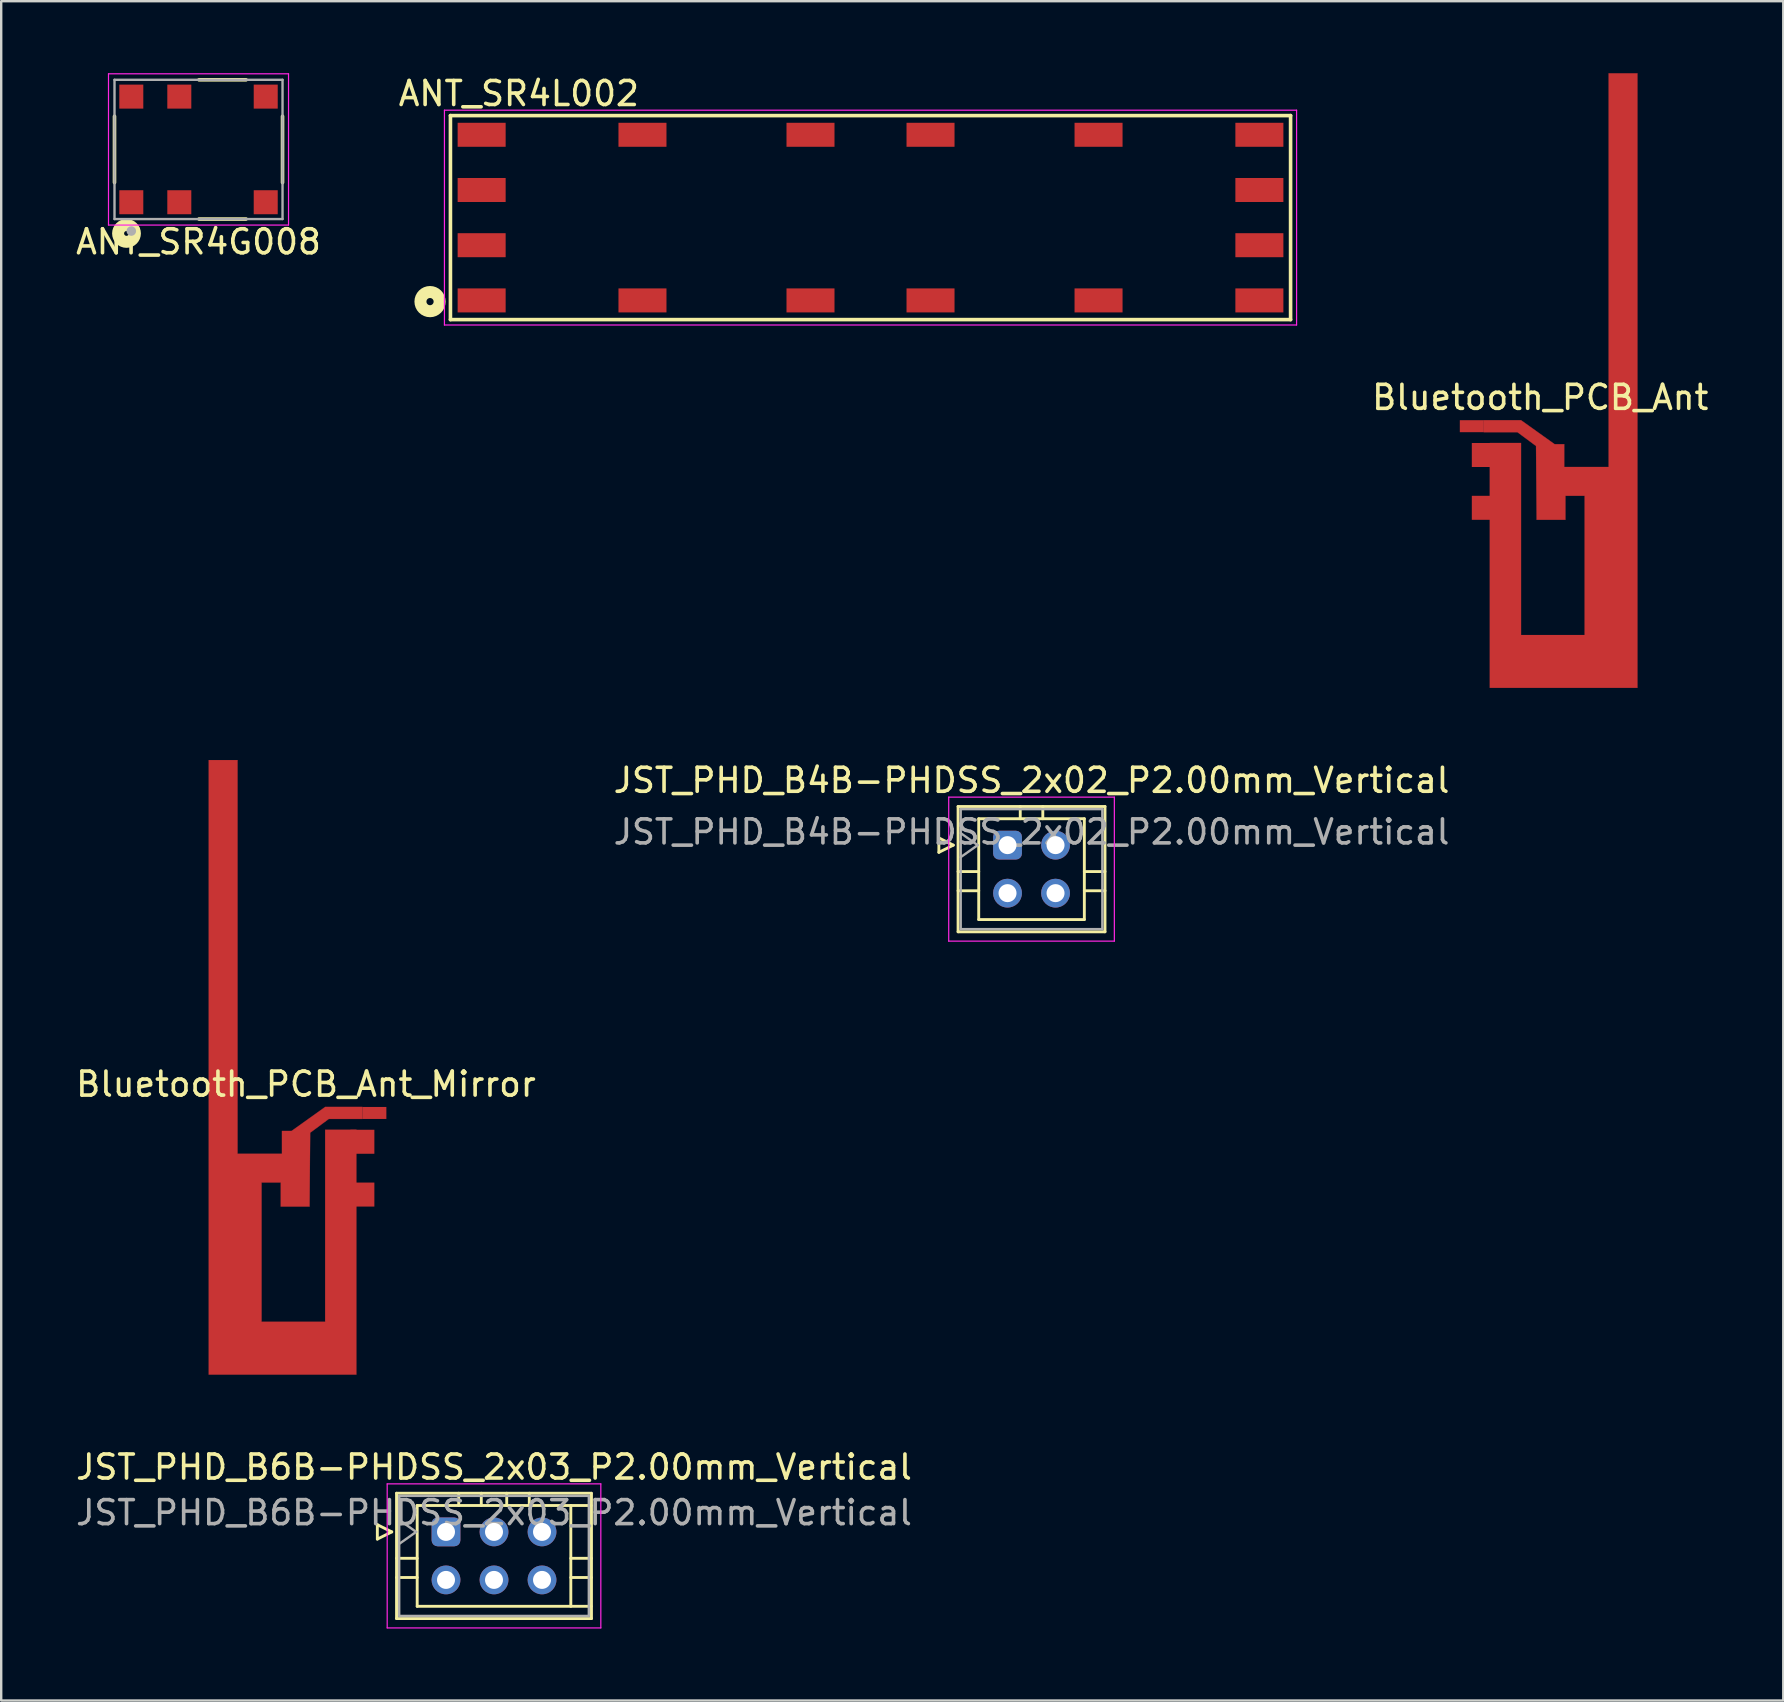
<source format=kicad_pcb>
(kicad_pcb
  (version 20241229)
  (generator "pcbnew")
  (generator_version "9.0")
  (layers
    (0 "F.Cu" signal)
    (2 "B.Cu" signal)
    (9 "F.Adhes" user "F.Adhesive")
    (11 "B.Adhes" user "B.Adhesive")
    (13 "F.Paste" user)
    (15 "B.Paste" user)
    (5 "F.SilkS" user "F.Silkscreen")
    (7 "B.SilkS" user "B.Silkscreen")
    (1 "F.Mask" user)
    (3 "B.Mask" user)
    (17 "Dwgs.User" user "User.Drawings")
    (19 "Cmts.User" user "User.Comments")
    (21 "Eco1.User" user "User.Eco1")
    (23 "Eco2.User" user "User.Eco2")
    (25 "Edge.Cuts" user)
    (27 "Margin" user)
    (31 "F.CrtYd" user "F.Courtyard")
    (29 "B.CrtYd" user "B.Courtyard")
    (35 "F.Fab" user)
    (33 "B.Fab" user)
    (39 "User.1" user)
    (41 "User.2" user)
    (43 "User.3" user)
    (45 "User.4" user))
  (footprint "Bluetooth_PCB_Ant"
    (layer "F.Cu")
    (at 58.265 17.005)
    (property "Reference" "Bluetooth_PCB_Ant" (at 2.85 -3.5 0) (layer "F.SilkS") (effects (font (size 1 1) (thickness 0.15))))
    (attr smd)
    (fp_poly (pts (xy 3.45 -1.55) (xy 3.85 -1.55) (xy 3.85 -0.6) (xy 5.7 -0.6) (xy 5.7 -17) (xy 6.9 -17) (xy 6.9 8.6) (xy 0.75 8.6) (xy 0.75 -1.6) (xy 2.05 -1.6) (xy 2.05 6.4) (xy 4.7 6.4) (xy 4.7 0.6) (xy 3.9 0.6) (xy 3.9 1.6) (xy 2.7 1.6) (xy 2.675 -1.475) (xy 1.9 -2.05) (xy 0.5 -2.05) (xy 0.5 -2.55) (xy 2.05 -2.55)) (stroke (width 0.01) (type solid)) (fill yes) (layer "F.Cu"))
    (pad "1" smd rect (at 0 -2.3 180) (size 1 0.5) (layers "F.Cu" "F.Mask" "F.Paste"))
    (pad "2" smd rect (at 0.5 -1.1 180) (size 1 1) (layers "F.Cu" "F.Mask" "F.Paste"))
    (pad "2" smd rect (at 0.5 1.1 270) (size 1 1) (layers "F.Cu" "F.Mask" "F.Paste")))
  (footprint "Bluetooth_PCB_Ant_Mirror"
    (layer "F.Cu")
    (at 12.546 45.615)
    (property "Reference" "Bluetooth_PCB_Ant_Mirror" (at -2.85 -3.5 0) (layer "F.SilkS") (effects (font (size 1 1) (thickness 0.15))))
    (attr smd)
    (fp_poly (pts (xy -3.45 -1.55) (xy -3.85 -1.55) (xy -3.85 -0.6) (xy -5.7 -0.6) (xy -5.7 -17) (xy -6.9 -17) (xy -6.9 8.6) (xy -0.75 8.6) (xy -0.75 -1.6) (xy -2.05 -1.6) (xy -2.05 6.4) (xy -4.7 6.4) (xy -4.7 0.6) (xy -3.9 0.6) (xy -3.9 1.6) (xy -2.7 1.6) (xy -2.675 -1.475) (xy -1.9 -2.05) (xy -0.5 -2.05) (xy -0.5 -2.55) (xy -2.05 -2.55)) (stroke (width 0.01) (type solid)) (fill yes) (layer "F.Cu"))
    (pad "1" smd rect (at 0 -2.3 180) (size 1 0.5) (layers "F.Cu" "F.Mask" "F.Paste"))
    (pad "2" smd rect (at -0.5 -1.1 180) (size 1 1) (layers "F.Cu" "F.Mask" "F.Paste"))
    (pad "2" smd rect (at -0.5 1.1 90) (size 1 1) (layers "F.Cu" "F.Mask" "F.Paste")))
  (footprint "JST_PHD_B6B-PHDSS_2x03_P2.00mm_Vertical"
    (layer "F.Cu")
    (at 15.53 60.768)
    (property "Reference" "JST_PHD_B6B-PHDSS_2x03_P2.00mm_Vertical" (at 2 -2.7 0) (layer "F.SilkS") (effects (font (size 1 1) (thickness 0.15))))
    (attr through_hole)
    (fp_line (start -2.86 -0.3) (end -2.26 0) (stroke (width 0.12) (type solid)) (layer "F.SilkS"))
    (fp_line (start -2.86 0.3) (end -2.86 -0.3) (stroke (width 0.12) (type solid)) (layer "F.SilkS"))
    (fp_line (start -2.26 0) (end -2.86 0.3) (stroke (width 0.12) (type solid)) (layer "F.SilkS"))
    (fp_line (start -2.06 -1.61) (end -2.06 3.61) (stroke (width 0.12) (type solid)) (layer "F.SilkS"))
    (fp_line (start -2.06 1.1) (end -1.2 1.1) (stroke (width 0.12) (type solid)) (layer "F.SilkS"))
    (fp_line (start -2.06 1.9) (end -1.2 1.9) (stroke (width 0.12) (type solid)) (layer "F.SilkS"))
    (fp_line (start -2.06 3.61) (end 6.06 3.61) (stroke (width 0.12) (type solid)) (layer "F.SilkS"))
    (fp_line (start -1.2 -1.1) (end -1.2 3.1) (stroke (width 0.12) (type solid)) (layer "F.SilkS"))
    (fp_line (start -1.2 3.1) (end 6.05 3.1) (stroke (width 0.12) (type solid)) (layer "F.SilkS"))
    (fp_line (start 0.53 -1.61) (end 0.53 -1.1) (stroke (width 0.12) (type solid)) (layer "F.SilkS"))
    (fp_line (start 1.47 -1.61) (end 1.47 -1.1) (stroke (width 0.12) (type solid)) (layer "F.SilkS"))
    (fp_line (start 2.53 -1.61) (end 2.53 -1.1) (stroke (width 0.12) (type solid)) (layer "F.SilkS"))
    (fp_line (start 3.47 -1.61) (end 3.47 -1.1) (stroke (width 0.12) (type solid)) (layer "F.SilkS"))
    (fp_line (start 5.2 3.1) (end 5.2 -1.1) (stroke (width 0.12) (type solid)) (layer "F.SilkS"))
    (fp_line (start 6.05 -1.61) (end -2.06 -1.61) (stroke (width 0.12) (type solid)) (layer "F.SilkS"))
    (fp_line (start 6.05 -1.1) (end -1.2 -1.1) (stroke (width 0.12) (type solid)) (layer "F.SilkS"))
    (fp_line (start 6.06 1.1) (end 5.2 1.1) (stroke (width 0.12) (type solid)) (layer "F.SilkS"))
    (fp_line (start 6.06 1.9) (end 5.2 1.9) (stroke (width 0.12) (type solid)) (layer "F.SilkS"))
    (fp_line (start 6.06 3.61) (end 6.06 -1.61) (stroke (width 0.12) (type solid)) (layer "F.SilkS"))
    (fp_line (start -2.45 -2) (end -2.45 4) (stroke (width 0.05) (type solid)) (layer "F.CrtYd"))
    (fp_line (start -2.45 4) (end 6.45 4) (stroke (width 0.05) (type solid)) (layer "F.CrtYd"))
    (fp_line (start 6.45 -2) (end -2.45 -2) (stroke (width 0.05) (type solid)) (layer "F.CrtYd"))
    (fp_line (start 6.45 4) (end 6.45 -2) (stroke (width 0.05) (type solid)) (layer "F.CrtYd"))
    (fp_line (start -1.95 -1.5) (end -1.95 3.5) (stroke (width 0.1) (type solid)) (layer "F.Fab"))
    (fp_line (start -1.95 0.5) (end -1.243 0) (stroke (width 0.1) (type solid)) (layer "F.Fab"))
    (fp_line (start -1.95 3.5) (end 5.95 3.5) (stroke (width 0.1) (type solid)) (layer "F.Fab"))
    (fp_line (start -1.243 0) (end -1.95 -0.5) (stroke (width 0.1) (type solid)) (layer "F.Fab"))
    (fp_line (start 5.95 -1.5) (end -1.95 -1.5) (stroke (width 0.1) (type solid)) (layer "F.Fab"))
    (fp_line (start 5.95 3.5) (end 5.95 -1.5) (stroke (width 0.1) (type solid)) (layer "F.Fab"))
    (fp_text user "${REFERENCE}" (at 2 -0.8 0) (layer "F.Fab") (effects (font (size 1 1) (thickness 0.15))))
    (pad "1" thru_hole roundrect (at 0 0) (size 1.2 1.2) (drill 0.75) (layers "*.Cu" "*.Mask") (roundrect_rratio 0.208))
    (pad "2" thru_hole circle (at 0 2) (size 1.2 1.2) (drill 0.75) (layers "*.Cu" "*.Mask"))
    (pad "3" thru_hole circle (at 2 0) (size 1.2 1.2) (drill 0.75) (layers "*.Cu" "*.Mask"))
    (pad "4" thru_hole circle (at 2 2) (size 1.2 1.2) (drill 0.75) (layers "*.Cu" "*.Mask"))
    (pad "5" thru_hole circle (at 4 0) (size 1.2 1.2) (drill 0.75) (layers "*.Cu" "*.Mask"))
    (pad "6" thru_hole circle (at 4 2) (size 1.2 1.2) (drill 0.75) (layers "*.Cu" "*.Mask")))
  (footprint "JST_PHD_B4B-PHDSS_2x02_P2.00mm_Vertical"
    (layer "F.Cu")
    (at 38.923 32.158)
    (property "Reference" "JST_PHD_B4B-PHDSS_2x02_P2.00mm_Vertical" (at 1 -2.7 0) (layer "F.SilkS") (effects (font (size 1 1) (thickness 0.15))))
    (attr through_hole)
    (fp_line (start -2.86 -0.3) (end -2.26 0) (stroke (width 0.12) (type solid)) (layer "F.SilkS"))
    (fp_line (start -2.86 0.3) (end -2.86 -0.3) (stroke (width 0.12) (type solid)) (layer "F.SilkS"))
    (fp_line (start -2.26 0) (end -2.86 0.3) (stroke (width 0.12) (type solid)) (layer "F.SilkS"))
    (fp_line (start -2.06 -1.61) (end -2.06 3.61) (stroke (width 0.12) (type solid)) (layer "F.SilkS"))
    (fp_line (start -2.06 1.1) (end -1.2 1.1) (stroke (width 0.12) (type solid)) (layer "F.SilkS"))
    (fp_line (start -2.06 1.9) (end -1.2 1.9) (stroke (width 0.12) (type solid)) (layer "F.SilkS"))
    (fp_line (start -2.06 3.61) (end 4.06 3.61) (stroke (width 0.12) (type solid)) (layer "F.SilkS"))
    (fp_line (start -1.2 -1.1) (end -1.2 3.1) (stroke (width 0.12) (type solid)) (layer "F.SilkS"))
    (fp_line (start -1.2 3.1) (end 3.2 3.1) (stroke (width 0.12) (type solid)) (layer "F.SilkS"))
    (fp_line (start 0.53 -1.61) (end 0.53 -1.1) (stroke (width 0.12) (type solid)) (layer "F.SilkS"))
    (fp_line (start 1.47 -1.61) (end 1.47 -1.1) (stroke (width 0.12) (type solid)) (layer "F.SilkS"))
    (fp_line (start 3.2 -1.1) (end -1.2 -1.1) (stroke (width 0.12) (type solid)) (layer "F.SilkS"))
    (fp_line (start 3.2 3.1) (end 3.2 -1.1) (stroke (width 0.12) (type solid)) (layer "F.SilkS"))
    (fp_line (start 4.06 -1.61) (end -2.06 -1.61) (stroke (width 0.12) (type solid)) (layer "F.SilkS"))
    (fp_line (start 4.06 1.1) (end 3.2 1.1) (stroke (width 0.12) (type solid)) (layer "F.SilkS"))
    (fp_line (start 4.06 1.9) (end 3.2 1.9) (stroke (width 0.12) (type solid)) (layer "F.SilkS"))
    (fp_line (start 4.06 3.61) (end 4.06 -1.61) (stroke (width 0.12) (type solid)) (layer "F.SilkS"))
    (fp_line (start -2.45 -2) (end -2.45 4) (stroke (width 0.05) (type solid)) (layer "F.CrtYd"))
    (fp_line (start -2.45 4) (end 4.45 4) (stroke (width 0.05) (type solid)) (layer "F.CrtYd"))
    (fp_line (start 4.45 -2) (end -2.45 -2) (stroke (width 0.05) (type solid)) (layer "F.CrtYd"))
    (fp_line (start 4.45 4) (end 4.45 -2) (stroke (width 0.05) (type solid)) (layer "F.CrtYd"))
    (fp_line (start -1.95 -1.5) (end -1.95 3.5) (stroke (width 0.1) (type solid)) (layer "F.Fab"))
    (fp_line (start -1.95 0.5) (end -1.243 0) (stroke (width 0.1) (type solid)) (layer "F.Fab"))
    (fp_line (start -1.95 3.5) (end 3.95 3.5) (stroke (width 0.1) (type solid)) (layer "F.Fab"))
    (fp_line (start -1.243 0) (end -1.95 -0.5) (stroke (width 0.1) (type solid)) (layer "F.Fab"))
    (fp_line (start 3.95 -1.5) (end -1.95 -1.5) (stroke (width 0.1) (type solid)) (layer "F.Fab"))
    (fp_line (start 3.95 3.5) (end 3.95 -1.5) (stroke (width 0.1) (type solid)) (layer "F.Fab"))
    (fp_text user "${REFERENCE}" (at 1 -0.55 0) (layer "F.Fab") (effects (font (size 1 1) (thickness 0.15))))
    (pad "1" thru_hole roundrect (at 0 0) (size 1.2 1.2) (drill 0.75) (layers "*.Cu" "*.Mask") (roundrect_rratio 0.208))
    (pad "2" thru_hole circle (at 0 2) (size 1.2 1.2) (drill 0.75) (layers "*.Cu" "*.Mask"))
    (pad "3" thru_hole circle (at 2 0) (size 1.2 1.2) (drill 0.75) (layers "*.Cu" "*.Mask"))
    (pad "4" thru_hole circle (at 2 2) (size 1.2 1.2) (drill 0.75) (layers "*.Cu" "*.Mask")))
  (footprint "ANT_SR4L002"
    (layer "F.Cu")
    (at 33.215 6.015)
    (property "Reference" "ANT_SR4L002" (at -14.65 -5.167 0) (layer "F.SilkS") (effects (font (size 1 1) (thickness 0.15))))
    (attr through_hole)
    (fp_line (start -17.5 -4.25) (end -17.5 4.25) (stroke (width 0.15) (type solid)) (layer "F.SilkS"))
    (fp_line (start -17.5 4.25) (end 17.5 4.25) (stroke (width 0.15) (type solid)) (layer "F.SilkS"))
    (fp_line (start 17.5 -4.25) (end -17.5 -4.25) (stroke (width 0.15) (type solid)) (layer "F.SilkS"))
    (fp_line (start 17.5 4.25) (end 17.5 -4.25) (stroke (width 0.15) (type solid)) (layer "F.SilkS"))
    (fp_circle (center -18.35 3.5) (end -18.2 3.5) (stroke (width 0.5) (type solid)) (fill no) (layer "F.SilkS"))
    (fp_line (start -17.75 -4.475) (end 17.75 -4.475) (stroke (width 0.05) (type solid)) (layer "F.CrtYd"))
    (fp_line (start -17.75 4.475) (end -17.75 -4.475) (stroke (width 0.05) (type solid)) (layer "F.CrtYd"))
    (fp_line (start 17.75 -4.475) (end 17.75 4.475) (stroke (width 0.05) (type solid)) (layer "F.CrtYd"))
    (fp_line (start 17.75 4.475) (end -17.75 4.475) (stroke (width 0.05) (type solid)) (layer "F.CrtYd"))
    (pad "1" smd rect (at -16.2 3.45) (size 2 1) (layers "F.Cu" "F.Mask" "F.Paste"))
    (pad "2" smd rect (at -9.5 3.45) (size 2 1) (layers "F.Cu" "F.Mask" "F.Paste"))
    (pad "3" smd rect (at -2.5 3.45) (size 2 1) (layers "F.Cu" "F.Mask" "F.Paste"))
    (pad "4" smd rect (at 2.5 3.45) (size 2 1) (layers "F.Cu" "F.Mask" "F.Paste"))
    (pad "5" smd rect (at 9.5 3.45) (size 2 1) (layers "F.Cu" "F.Mask" "F.Paste"))
    (pad "6" smd rect (at 16.2 3.45) (size 2 1) (layers "F.Cu" "F.Mask" "F.Paste"))
    (pad "7" smd rect (at 16.2 1.15) (size 2 1) (layers "F.Cu" "F.Mask" "F.Paste"))
    (pad "8" smd rect (at 16.2 -1.15) (size 2 1) (layers "F.Cu" "F.Mask" "F.Paste"))
    (pad "9" smd rect (at 16.2 -3.45) (size 2 1) (layers "F.Cu" "F.Mask" "F.Paste"))
    (pad "10" smd rect (at 9.5 -3.45) (size 2 1) (layers "F.Cu" "F.Mask" "F.Paste"))
    (pad "11" smd rect (at 2.5 -3.45) (size 2 1) (layers "F.Cu" "F.Mask" "F.Paste"))
    (pad "12" smd rect (at -2.5 -3.45) (size 2 1) (layers "F.Cu" "F.Mask" "F.Paste"))
    (pad "13" smd rect (at -9.5 -3.45) (size 2 1) (layers "F.Cu" "F.Mask" "F.Paste"))
    (pad "14" smd rect (at -16.2 -3.45) (size 2 1) (layers "F.Cu" "F.Mask" "F.Paste"))
    (pad "15" smd rect (at -16.2 -1.15) (size 2 1) (layers "F.Cu" "F.Mask" "F.Paste"))
    (pad "16" smd rect (at -16.2 1.15) (size 2 1) (layers "F.Cu" "F.Mask" "F.Paste")))
  (footprint "ANT_SR4G008"
    (layer "F.Cu")
    (at 5.22 3.175)
    (property "Reference" "ANT_SR4G008" (at 0 3.85 0) (layer "F.SilkS") (effects (font (size 1 1) (thickness 0.15))))
    (attr through_hole)
    (fp_line (start -3.5 1.38) (end -3.5 -1.38) (stroke (width 0.15) (type solid)) (layer "F.SilkS"))
    (fp_line (start 1.98 -2.9) (end 0.02 -2.9) (stroke (width 0.15) (type solid)) (layer "F.SilkS"))
    (fp_line (start 1.98 2.9) (end 0.02 2.9) (stroke (width 0.15) (type solid)) (layer "F.SilkS"))
    (fp_line (start 3.5 1.38) (end 3.5 -1.38) (stroke (width 0.15) (type solid)) (layer "F.SilkS"))
    (fp_circle (center -3 3.5) (end -2.9 3.5) (stroke (width 0.5) (type solid)) (fill no) (layer "F.SilkS"))
    (fp_line (start -3.75 -3.15) (end 3.75 -3.15) (stroke (width 0.05) (type solid)) (layer "F.CrtYd"))
    (fp_line (start -3.75 3.15) (end -3.75 -3.15) (stroke (width 0.05) (type solid)) (layer "F.CrtYd"))
    (fp_line (start 3.75 -3.15) (end 3.75 3.15) (stroke (width 0.05) (type solid)) (layer "F.CrtYd"))
    (fp_line (start 3.75 3.15) (end -3.75 3.15) (stroke (width 0.05) (type solid)) (layer "F.CrtYd"))
    (fp_line (start -3.5 -2.9) (end -3.5 2.9) (stroke (width 0.1) (type solid)) (layer "F.Fab"))
    (fp_line (start -3.5 2.9) (end 3.5 2.9) (stroke (width 0.1) (type solid)) (layer "F.Fab"))
    (fp_line (start 3.5 -2.9) (end -3.5 -2.9) (stroke (width 0.1) (type solid)) (layer "F.Fab"))
    (fp_line (start 3.5 2.9) (end 3.5 -2.9) (stroke (width 0.1) (type solid)) (layer "F.Fab"))
    (fp_circle (center -2.8 3.4) (end -2.7 3.4) (stroke (width 0.2) (type solid)) (fill no) (layer "F.Fab"))
    (pad "1" smd rect (at -2.8 2.2) (size 1 1) (layers "F.Cu" "F.Mask" "F.Paste"))
    (pad "2" smd rect (at -0.8 2.2) (size 1 1) (layers "F.Cu" "F.Mask" "F.Paste"))
    (pad "3" smd rect (at 2.8 2.2) (size 1 1) (layers "F.Cu" "F.Mask" "F.Paste"))
    (pad "4" smd rect (at 2.8 -2.2) (size 1 1) (layers "F.Cu" "F.Mask" "F.Paste"))
    (pad "5" smd rect (at -0.8 -2.2) (size 1 1) (layers "F.Cu" "F.Mask" "F.Paste"))
    (pad "6" smd rect (at -2.8 -2.2) (size 1 1) (layers "F.Cu" "F.Mask" "F.Paste")))
  (gr_rect
    (start -3 -3)
    (end 71.24 67.793)
    (stroke (width 0.1) (type default))
    (fill no)
    (layer "Edge.Cuts")))
</source>
